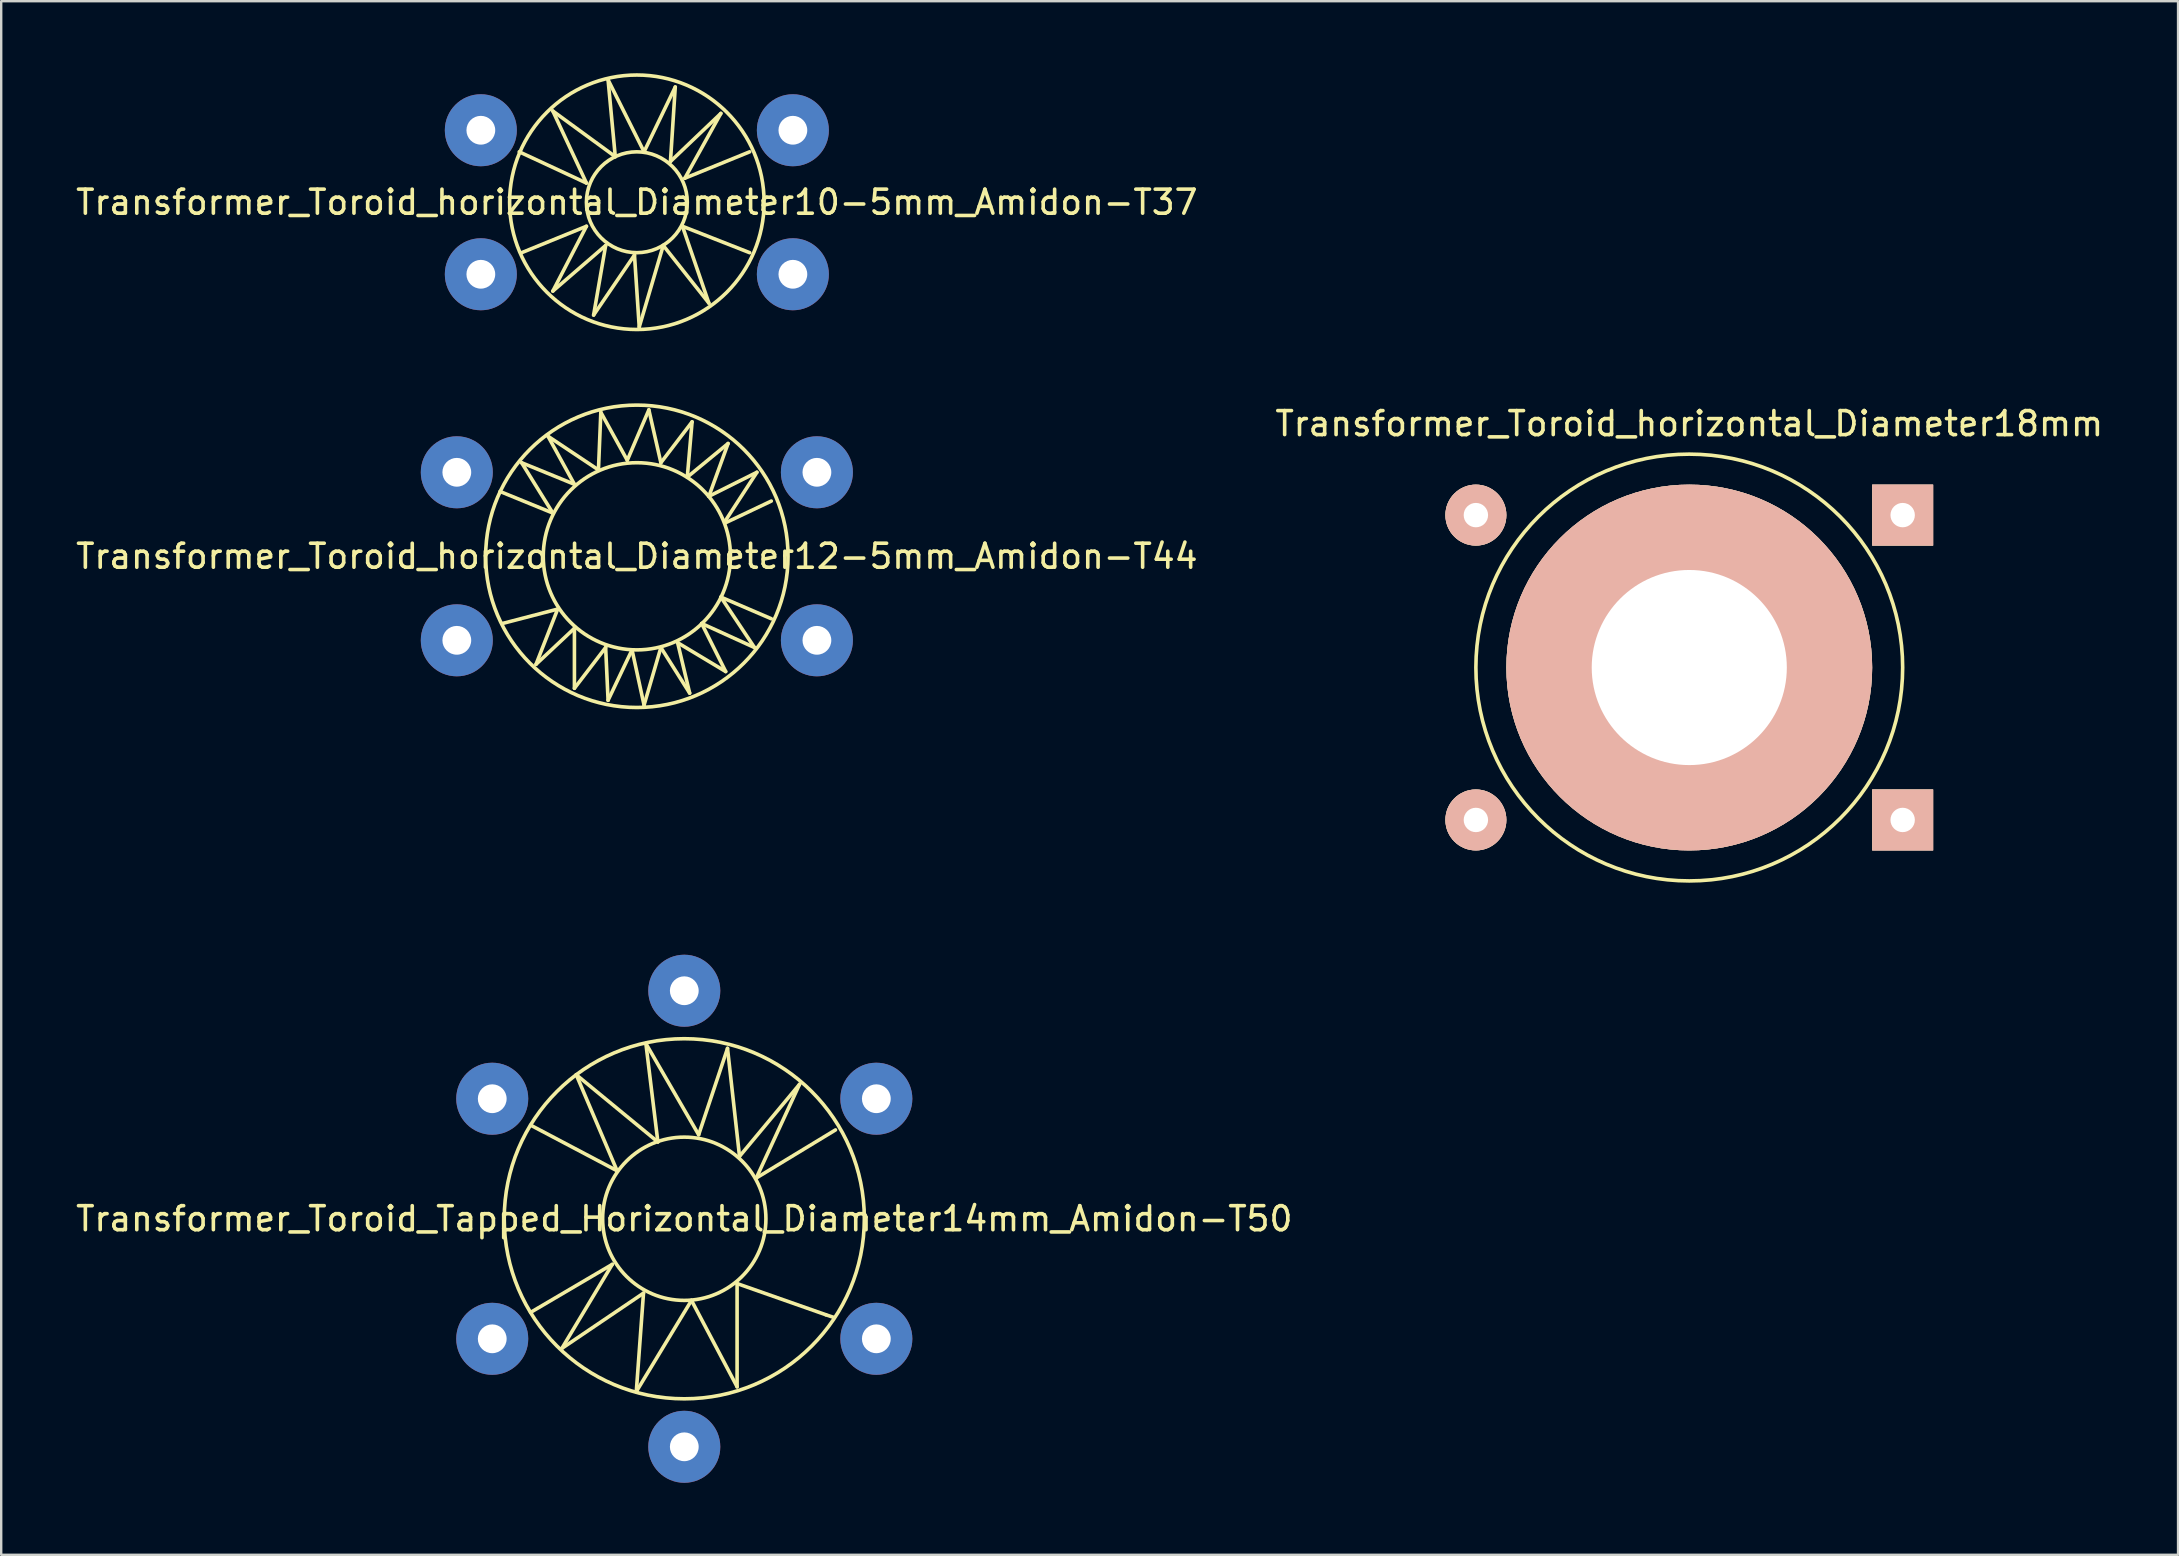
<source format=kicad_pcb>
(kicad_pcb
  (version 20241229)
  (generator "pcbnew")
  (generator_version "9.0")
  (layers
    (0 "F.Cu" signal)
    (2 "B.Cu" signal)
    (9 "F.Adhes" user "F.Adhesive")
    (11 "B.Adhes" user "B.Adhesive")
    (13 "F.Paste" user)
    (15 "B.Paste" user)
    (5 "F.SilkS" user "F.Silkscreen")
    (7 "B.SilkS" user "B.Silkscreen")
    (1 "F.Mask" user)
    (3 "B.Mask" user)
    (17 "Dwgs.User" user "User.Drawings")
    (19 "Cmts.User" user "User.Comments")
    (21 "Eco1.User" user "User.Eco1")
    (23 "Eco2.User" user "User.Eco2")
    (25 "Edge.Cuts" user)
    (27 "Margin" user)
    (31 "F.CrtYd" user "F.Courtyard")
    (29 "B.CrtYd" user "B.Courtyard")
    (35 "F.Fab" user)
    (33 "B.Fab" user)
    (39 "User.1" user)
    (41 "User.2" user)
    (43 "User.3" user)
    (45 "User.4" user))
  (footprint "Transformer_Toroid_horizontal_Diameter18mm"
    (layer "F.Cu")
    (at 67.327 24.76)
    (property "Reference" "Transformer_Toroid_horizontal_Diameter18mm" (at 0 -10.16 0) (layer "F.SilkS") (effects (font (size 1 1) (thickness 0.15))))
    (attr through_hole)
    (fp_circle (center 0 0) (end 8.89 0) (stroke (width 0.15) (type solid)) (fill no) (layer "F.SilkS"))
    (pad "" thru_hole circle (at 0 0) (size 15.24 15.24) (drill 8.128) (layers "*.Cu" "*.SilkS" "*.Mask"))
    (pad "1" thru_hole circle (at -8.89 -6.35) (size 2.54 2.54) (drill 1.016) (layers "*.Cu" "*.SilkS" "*.Mask"))
    (pad "2" thru_hole circle (at -8.89 6.35) (size 2.54 2.54) (drill 1.016) (layers "*.Cu" "*.SilkS" "*.Mask"))
    (pad "3" thru_hole rect (at 8.89 -6.35) (size 2.54 2.54) (drill 1.016) (layers "*.Cu" "*.SilkS" "*.Mask"))
    (pad "4" thru_hole rect (at 8.89 6.35) (size 2.54 2.54) (drill 1.016) (layers "*.Cu" "*.SilkS" "*.Mask")))
  (footprint "Transformer_Toroid_horizontal_Diameter10-5mm_Amidon-T37"
    (layer "F.Cu")
    (at 23.482 5.376)
    (property "Reference" "Transformer_Toroid_horizontal_Diameter10-5mm_Amidon-T37" (at 0 0 0) (layer "F.SilkS") (effects (font (size 1 1) (thickness 0.15))))
    (attr through_hole)
    (fp_line (start -4.9 -2.101) (end -2.101 -0.8) (stroke (width 0.15) (type solid)) (layer "F.SilkS"))
    (fp_line (start -4.801 2.101) (end -2.101 1.001) (stroke (width 0.15) (type solid)) (layer "F.SilkS"))
    (fp_line (start -3.5 -3.8) (end -0.899 -1.9) (stroke (width 0.15) (type solid)) (layer "F.SilkS"))
    (fp_line (start -3.5 3.701) (end -1.3 1.801) (stroke (width 0.15) (type solid)) (layer "F.SilkS"))
    (fp_line (start -2.101 -0.8) (end -3.5 -3.8) (stroke (width 0.15) (type solid)) (layer "F.SilkS"))
    (fp_line (start -2.101 1.001) (end -3.5 3.701) (stroke (width 0.15) (type solid)) (layer "F.SilkS"))
    (fp_line (start -1.801 4.699) (end -0.099 2.2) (stroke (width 0.15) (type solid)) (layer "F.SilkS"))
    (fp_line (start -1.3 1.801) (end -1.801 4.699) (stroke (width 0.15) (type solid)) (layer "F.SilkS"))
    (fp_line (start -1.199 -5.1) (end 0.3 -2.101) (stroke (width 0.15) (type solid)) (layer "F.SilkS"))
    (fp_line (start -0.899 -1.9) (end -1.199 -5.1) (stroke (width 0.15) (type solid)) (layer "F.SilkS"))
    (fp_line (start -0.099 2.2) (end 0.099 5.199) (stroke (width 0.15) (type solid)) (layer "F.SilkS"))
    (fp_line (start 0.099 5.199) (end 1.1 1.801) (stroke (width 0.15) (type solid)) (layer "F.SilkS"))
    (fp_line (start 0.3 -2.101) (end 1.6 -4.801) (stroke (width 0.15) (type solid)) (layer "F.SilkS"))
    (fp_line (start 1.1 1.801) (end 3 4.201) (stroke (width 0.15) (type solid)) (layer "F.SilkS"))
    (fp_line (start 1.4 -1.699) (end 3.5 -3.701) (stroke (width 0.15) (type solid)) (layer "F.SilkS"))
    (fp_line (start 1.6 -4.801) (end 1.4 -1.699) (stroke (width 0.15) (type solid)) (layer "F.SilkS"))
    (fp_line (start 1.9 1.001) (end 4.699 2.101) (stroke (width 0.15) (type solid)) (layer "F.SilkS"))
    (fp_line (start 1.999 -1.001) (end 4.699 -2.101) (stroke (width 0.15) (type solid)) (layer "F.SilkS"))
    (fp_line (start 3 4.201) (end 1.9 1.001) (stroke (width 0.15) (type solid)) (layer "F.SilkS"))
    (fp_line (start 3.5 -3.701) (end 1.999 -1.001) (stroke (width 0.15) (type solid)) (layer "F.SilkS"))
    (fp_circle (center 0 0) (end 2.101 0) (stroke (width 0.15) (type solid)) (fill no) (layer "F.SilkS"))
    (fp_circle (center 0 0) (end 5.301 0) (stroke (width 0.15) (type solid)) (fill no) (layer "F.SilkS"))
    (pad "1" thru_hole circle (at -6.5 3) (size 3 3) (drill 1.199) (layers "*.Cu" "*.Mask"))
    (pad "2" thru_hole circle (at 6.5 3) (size 3 3) (drill 1.199) (layers "*.Cu" "*.Mask"))
    (pad "3" thru_hole circle (at -6.5 -3) (size 3 3) (drill 1.199) (layers "*.Cu" "*.Mask"))
    (pad "4" thru_hole circle (at 6.5 -3) (size 3 3) (drill 1.199) (layers "*.Cu" "*.Mask")))
  (footprint "Transformer_Toroid_Tapped_Horizontal_Diameter14mm_Amidon-T50"
    (layer "F.Cu")
    (at 25.458 47.725)
    (property "Reference" "Transformer_Toroid_Tapped_Horizontal_Diameter14mm_Amidon-T50" (at 0 0 0) (layer "F.SilkS") (effects (font (size 1 1) (thickness 0.15))))
    (attr through_hole)
    (fp_line (start -6.401 -3.899) (end -2.799 -1.999) (stroke (width 0.15) (type solid)) (layer "F.SilkS"))
    (fp_line (start -6.401 3.899) (end -3 1.9) (stroke (width 0.15) (type solid)) (layer "F.SilkS"))
    (fp_line (start -5.1 5.4) (end -1.699 3.099) (stroke (width 0.15) (type solid)) (layer "F.SilkS"))
    (fp_line (start -4.501 -5.999) (end -1.1 -3.2) (stroke (width 0.15) (type solid)) (layer "F.SilkS"))
    (fp_line (start -3 1.9) (end -5.1 5.4) (stroke (width 0.15) (type solid)) (layer "F.SilkS"))
    (fp_line (start -2.799 -1.999) (end -4.501 -5.999) (stroke (width 0.15) (type solid)) (layer "F.SilkS"))
    (fp_line (start -1.999 7.201) (end 0.3 3.401) (stroke (width 0.15) (type solid)) (layer "F.SilkS"))
    (fp_line (start -1.699 3.099) (end -1.999 7.201) (stroke (width 0.15) (type solid)) (layer "F.SilkS"))
    (fp_line (start -1.6 -7.3) (end 0.599 -3.5) (stroke (width 0.15) (type solid)) (layer "F.SilkS"))
    (fp_line (start -1.1 -3.2) (end -1.6 -7.3) (stroke (width 0.15) (type solid)) (layer "F.SilkS"))
    (fp_line (start 0.3 3.401) (end 2.2 7) (stroke (width 0.15) (type solid)) (layer "F.SilkS"))
    (fp_line (start 0.599 -3.5) (end 1.801 -7.099) (stroke (width 0.15) (type solid)) (layer "F.SilkS"))
    (fp_line (start 1.801 -7.099) (end 2.301 -2.601) (stroke (width 0.15) (type solid)) (layer "F.SilkS"))
    (fp_line (start 2.2 2.7) (end 5.9 4) (stroke (width 0.15) (type solid)) (layer "F.SilkS"))
    (fp_line (start 2.2 7) (end 2.2 2.7) (stroke (width 0.15) (type solid)) (layer "F.SilkS"))
    (fp_line (start 2.301 -2.601) (end 4.801 -5.601) (stroke (width 0.15) (type solid)) (layer "F.SilkS"))
    (fp_line (start 3 -1.699) (end 6.299 -3.701) (stroke (width 0.15) (type solid)) (layer "F.SilkS"))
    (fp_line (start 4.801 -5.601) (end 3 -1.699) (stroke (width 0.15) (type solid)) (layer "F.SilkS"))
    (fp_line (start 5.9 4) (end 6.2 4.1) (stroke (width 0.15) (type solid)) (layer "F.SilkS"))
    (fp_circle (center 0 0) (end 3.401 0) (stroke (width 0.15) (type solid)) (fill no) (layer "F.SilkS"))
    (fp_circle (center 0 0) (end 7.501 0) (stroke (width 0.15) (type solid)) (fill no) (layer "F.SilkS"))
    (pad "1" thru_hole circle (at -8.001 5.001) (size 3 3) (drill 1.199) (layers "*.Cu" "*.Mask"))
    (pad "2" thru_hole circle (at 0 9.5) (size 3 3) (drill 1.199) (layers "*.Cu" "*.Mask"))
    (pad "3" thru_hole circle (at 8.001 5.001) (size 3 3) (drill 1.199) (layers "*.Cu" "*.Mask"))
    (pad "4" thru_hole circle (at -8.001 -5.001) (size 3 3) (drill 1.199) (layers "*.Cu" "*.Mask"))
    (pad "5" thru_hole circle (at 0 -9.5) (size 3 3) (drill 1.199) (layers "*.Cu" "*.Mask"))
    (pad "6" thru_hole circle (at 8.001 -5.001) (size 3 3) (drill 1.199) (layers "*.Cu" "*.Mask")))
  (footprint "Transformer_Toroid_horizontal_Diameter12-5mm_Amidon-T44"
    (layer "F.Cu")
    (at 23.482 20.126)
    (property "Reference" "Transformer_Toroid_horizontal_Diameter12-5mm_Amidon-T44" (at 0 0 0) (layer "F.SilkS") (effects (font (size 1 1) (thickness 0.15))))
    (attr through_hole)
    (fp_line (start -5.7 -2.7) (end -3.5 -1.801) (stroke (width 0.15) (type solid)) (layer "F.SilkS"))
    (fp_line (start -5.601 2.799) (end -3.299 2.2) (stroke (width 0.15) (type solid)) (layer "F.SilkS"))
    (fp_line (start -4.801 -3.899) (end -2.601 -3) (stroke (width 0.15) (type solid)) (layer "F.SilkS"))
    (fp_line (start -4.201 4.501) (end -2.601 3) (stroke (width 0.15) (type solid)) (layer "F.SilkS"))
    (fp_line (start -3.701 -5.001) (end -1.6 -3.599) (stroke (width 0.15) (type solid)) (layer "F.SilkS"))
    (fp_line (start -3.5 -1.801) (end -4.801 -3.899) (stroke (width 0.15) (type solid)) (layer "F.SilkS"))
    (fp_line (start -3.299 2.2) (end -4.201 4.501) (stroke (width 0.15) (type solid)) (layer "F.SilkS"))
    (fp_line (start -2.601 -3) (end -3.701 -5.001) (stroke (width 0.15) (type solid)) (layer "F.SilkS"))
    (fp_line (start -2.601 3) (end -2.601 5.499) (stroke (width 0.15) (type solid)) (layer "F.SilkS"))
    (fp_line (start -2.601 5.499) (end -1.3 3.8) (stroke (width 0.15) (type solid)) (layer "F.SilkS"))
    (fp_line (start -1.6 -3.599) (end -1.501 -5.999) (stroke (width 0.15) (type solid)) (layer "F.SilkS"))
    (fp_line (start -1.501 -5.999) (end -0.399 -4) (stroke (width 0.15) (type solid)) (layer "F.SilkS"))
    (fp_line (start -1.3 3.8) (end -1.199 5.999) (stroke (width 0.15) (type solid)) (layer "F.SilkS"))
    (fp_line (start -1.199 5.999) (end -0.201 3.899) (stroke (width 0.15) (type solid)) (layer "F.SilkS"))
    (fp_line (start -0.399 -4) (end 0.5 -6.101) (stroke (width 0.15) (type solid)) (layer "F.SilkS"))
    (fp_line (start -0.201 3.899) (end 0.3 6.2) (stroke (width 0.15) (type solid)) (layer "F.SilkS"))
    (fp_line (start 0.3 6.2) (end 1.001 3.8) (stroke (width 0.15) (type solid)) (layer "F.SilkS"))
    (fp_line (start 0.5 -6.101) (end 1.001 -3.899) (stroke (width 0.15) (type solid)) (layer "F.SilkS"))
    (fp_line (start 1.001 -3.899) (end 2.301 -5.601) (stroke (width 0.15) (type solid)) (layer "F.SilkS"))
    (fp_line (start 1.001 3.8) (end 2.2 5.7) (stroke (width 0.15) (type solid)) (layer "F.SilkS"))
    (fp_line (start 1.699 3.599) (end 3.701 4.801) (stroke (width 0.15) (type solid)) (layer "F.SilkS"))
    (fp_line (start 2.101 -3.299) (end 3.8 -4.699) (stroke (width 0.15) (type solid)) (layer "F.SilkS"))
    (fp_line (start 2.2 5.7) (end 1.699 3.599) (stroke (width 0.15) (type solid)) (layer "F.SilkS"))
    (fp_line (start 2.301 -5.601) (end 2.101 -3.299) (stroke (width 0.15) (type solid)) (layer "F.SilkS"))
    (fp_line (start 2.7 2.799) (end 4.9 3.8) (stroke (width 0.15) (type solid)) (layer "F.SilkS"))
    (fp_line (start 3 -2.499) (end 5.001 -3.5) (stroke (width 0.15) (type solid)) (layer "F.SilkS"))
    (fp_line (start 3.5 1.699) (end 5.601 2.601) (stroke (width 0.15) (type solid)) (layer "F.SilkS"))
    (fp_line (start 3.701 -1.4) (end 5.601 -2.301) (stroke (width 0.15) (type solid)) (layer "F.SilkS"))
    (fp_line (start 3.701 4.801) (end 2.7 2.799) (stroke (width 0.15) (type solid)) (layer "F.SilkS"))
    (fp_line (start 3.8 -4.699) (end 3 -2.499) (stroke (width 0.15) (type solid)) (layer "F.SilkS"))
    (fp_line (start 4.9 3.8) (end 3.5 1.699) (stroke (width 0.15) (type solid)) (layer "F.SilkS"))
    (fp_line (start 5.001 -3.5) (end 3.701 -1.501) (stroke (width 0.15) (type solid)) (layer "F.SilkS"))
    (fp_circle (center 0 0) (end 3.899 0) (stroke (width 0.15) (type solid)) (fill no) (layer "F.SilkS"))
    (fp_circle (center 0 0) (end 6.299 0) (stroke (width 0.15) (type solid)) (fill no) (layer "F.SilkS"))
    (pad "1" thru_hole circle (at -7.501 3.5) (size 3 3) (drill 1.199) (layers "*.Cu" "*.Mask"))
    (pad "2" thru_hole circle (at 7.501 3.5) (size 3 3) (drill 1.199) (layers "*.Cu" "*.Mask"))
    (pad "3" thru_hole circle (at -7.501 -3.5) (size 3 3) (drill 1.199) (layers "*.Cu" "*.Mask"))
    (pad "4" thru_hole circle (at 7.501 -3.5) (size 3 3) (drill 1.199) (layers "*.Cu" "*.Mask")))
  (gr_rect
    (start -3 -3)
    (end 87.69 61.724)
    (stroke (width 0.1) (type default))
    (fill no)
    (layer "Edge.Cuts")))
</source>
